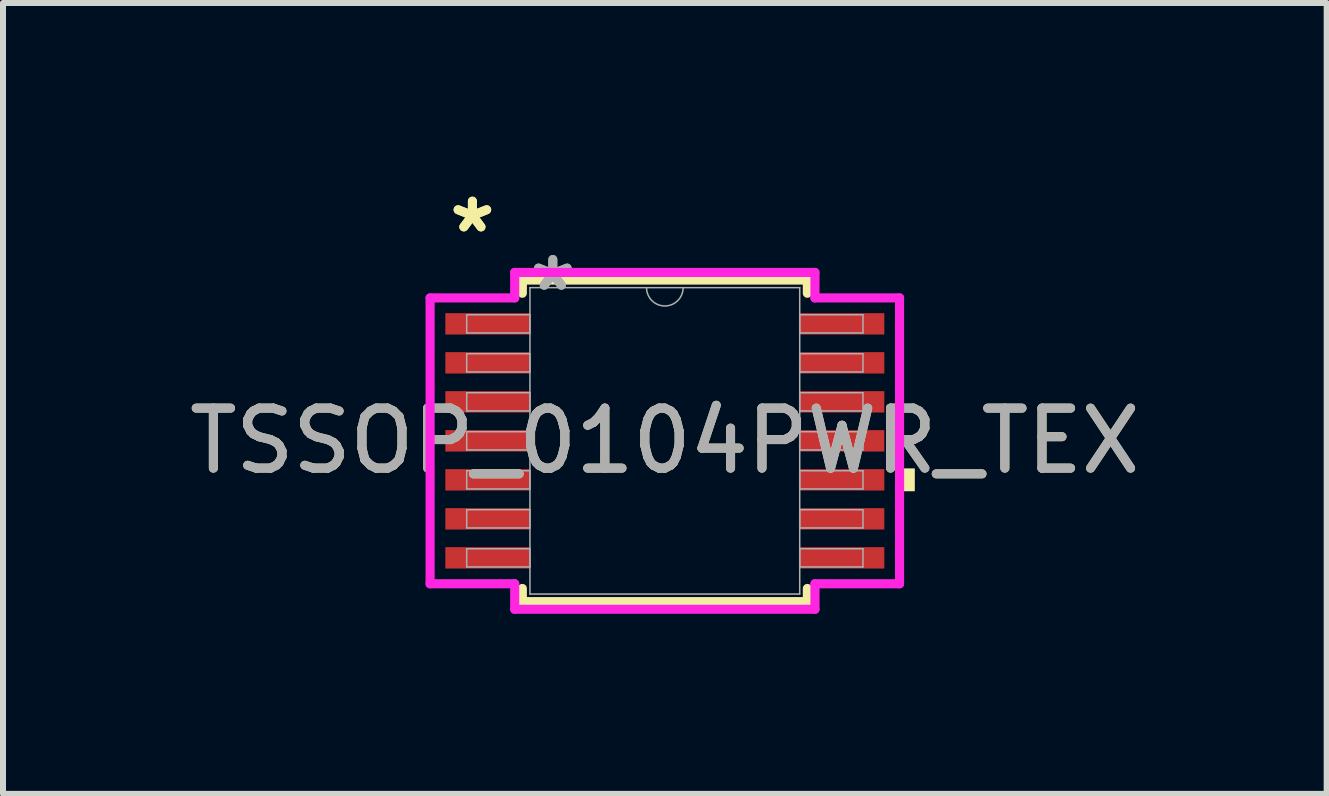
<source format=kicad_pcb>
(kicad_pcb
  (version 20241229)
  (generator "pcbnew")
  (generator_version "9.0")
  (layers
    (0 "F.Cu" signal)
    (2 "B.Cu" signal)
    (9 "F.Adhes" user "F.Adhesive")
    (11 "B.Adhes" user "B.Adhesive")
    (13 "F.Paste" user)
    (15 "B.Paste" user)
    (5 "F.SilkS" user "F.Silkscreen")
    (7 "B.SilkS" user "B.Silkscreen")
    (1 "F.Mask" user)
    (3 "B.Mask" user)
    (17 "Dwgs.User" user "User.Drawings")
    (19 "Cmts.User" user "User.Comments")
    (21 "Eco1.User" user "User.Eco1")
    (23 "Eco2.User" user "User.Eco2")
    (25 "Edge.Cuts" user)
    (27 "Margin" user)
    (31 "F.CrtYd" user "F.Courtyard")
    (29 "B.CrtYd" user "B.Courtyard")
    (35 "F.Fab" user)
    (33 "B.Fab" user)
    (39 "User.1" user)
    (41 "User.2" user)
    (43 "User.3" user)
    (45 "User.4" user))
  (footprint "TSSOP_0104PWR_TEX"
    (layer "F.Cu")
    (at 8.03 4.297)
    (property "Reference" "TSSOP_0104PWR_TEX" (at 0 0 0) (unlocked yes) (layer "F.SilkS") (effects (font (size 1 1) (thickness 0.15))))
    (attr smd)
    (fp_line (start -2.375 -2.68) (end -2.375 -2.46) (stroke (width 0.152) (type solid)) (layer "F.SilkS"))
    (fp_line (start -2.375 2.46) (end -2.375 2.68) (stroke (width 0.152) (type solid)) (layer "F.SilkS"))
    (fp_line (start -2.375 2.68) (end 2.375 2.68) (stroke (width 0.152) (type solid)) (layer "F.SilkS"))
    (fp_line (start 2.375 -2.68) (end -2.375 -2.68) (stroke (width 0.152) (type solid)) (layer "F.SilkS"))
    (fp_line (start 2.375 -2.46) (end 2.375 -2.68) (stroke (width 0.152) (type solid)) (layer "F.SilkS"))
    (fp_line (start 2.375 2.68) (end 2.375 2.46) (stroke (width 0.152) (type solid)) (layer "F.SilkS"))
    (fp_poly (pts (xy 4.166 0.459) (xy 4.166 0.84) (xy 3.912 0.84) (xy 3.912 0.459)) (stroke (width 0) (type solid)) (fill yes) (layer "F.SilkS"))
    (fp_line (start -3.912 -2.382) (end -2.502 -2.382) (stroke (width 0.152) (type solid)) (layer "F.CrtYd"))
    (fp_line (start -3.912 2.382) (end -3.912 -2.382) (stroke (width 0.152) (type solid)) (layer "F.CrtYd"))
    (fp_line (start -3.912 2.382) (end -2.502 2.382) (stroke (width 0.152) (type solid)) (layer "F.CrtYd"))
    (fp_line (start -2.502 -2.807) (end 2.502 -2.807) (stroke (width 0.152) (type solid)) (layer "F.CrtYd"))
    (fp_line (start -2.502 -2.382) (end -2.502 -2.807) (stroke (width 0.152) (type solid)) (layer "F.CrtYd"))
    (fp_line (start -2.502 2.807) (end -2.502 2.382) (stroke (width 0.152) (type solid)) (layer "F.CrtYd"))
    (fp_line (start 2.502 -2.807) (end 2.502 -2.382) (stroke (width 0.152) (type solid)) (layer "F.CrtYd"))
    (fp_line (start 2.502 2.382) (end 2.502 2.807) (stroke (width 0.152) (type solid)) (layer "F.CrtYd"))
    (fp_line (start 2.502 2.807) (end -2.502 2.807) (stroke (width 0.152) (type solid)) (layer "F.CrtYd"))
    (fp_line (start 3.912 -2.382) (end 2.502 -2.382) (stroke (width 0.152) (type solid)) (layer "F.CrtYd"))
    (fp_line (start 3.912 -2.382) (end 3.912 2.382) (stroke (width 0.152) (type solid)) (layer "F.CrtYd"))
    (fp_line (start 3.912 2.382) (end 2.502 2.382) (stroke (width 0.152) (type solid)) (layer "F.CrtYd"))
    (fp_line (start -3.302 -2.102) (end -3.302 -1.798) (stroke (width 0.025) (type solid)) (layer "F.Fab"))
    (fp_line (start -3.302 -1.798) (end -2.248 -1.798) (stroke (width 0.025) (type solid)) (layer "F.Fab"))
    (fp_line (start -3.302 -1.452) (end -3.302 -1.148) (stroke (width 0.025) (type solid)) (layer "F.Fab"))
    (fp_line (start -3.302 -1.148) (end -2.248 -1.148) (stroke (width 0.025) (type solid)) (layer "F.Fab"))
    (fp_line (start -3.302 -0.802) (end -3.302 -0.498) (stroke (width 0.025) (type solid)) (layer "F.Fab"))
    (fp_line (start -3.302 -0.498) (end -2.248 -0.498) (stroke (width 0.025) (type solid)) (layer "F.Fab"))
    (fp_line (start -3.302 -0.152) (end -3.302 0.152) (stroke (width 0.025) (type solid)) (layer "F.Fab"))
    (fp_line (start -3.302 0.152) (end -2.248 0.152) (stroke (width 0.025) (type solid)) (layer "F.Fab"))
    (fp_line (start -3.302 0.498) (end -3.302 0.802) (stroke (width 0.025) (type solid)) (layer "F.Fab"))
    (fp_line (start -3.302 0.802) (end -2.248 0.802) (stroke (width 0.025) (type solid)) (layer "F.Fab"))
    (fp_line (start -3.302 1.148) (end -3.302 1.452) (stroke (width 0.025) (type solid)) (layer "F.Fab"))
    (fp_line (start -3.302 1.452) (end -2.248 1.452) (stroke (width 0.025) (type solid)) (layer "F.Fab"))
    (fp_line (start -3.302 1.798) (end -3.302 2.102) (stroke (width 0.025) (type solid)) (layer "F.Fab"))
    (fp_line (start -3.302 2.102) (end -2.248 2.102) (stroke (width 0.025) (type solid)) (layer "F.Fab"))
    (fp_line (start -2.248 -2.553) (end -2.248 2.553) (stroke (width 0.025) (type solid)) (layer "F.Fab"))
    (fp_line (start -2.248 -2.102) (end -3.302 -2.102) (stroke (width 0.025) (type solid)) (layer "F.Fab"))
    (fp_line (start -2.248 -1.798) (end -2.248 -2.102) (stroke (width 0.025) (type solid)) (layer "F.Fab"))
    (fp_line (start -2.248 -1.452) (end -3.302 -1.452) (stroke (width 0.025) (type solid)) (layer "F.Fab"))
    (fp_line (start -2.248 -1.148) (end -2.248 -1.452) (stroke (width 0.025) (type solid)) (layer "F.Fab"))
    (fp_line (start -2.248 -0.802) (end -3.302 -0.802) (stroke (width 0.025) (type solid)) (layer "F.Fab"))
    (fp_line (start -2.248 -0.498) (end -2.248 -0.802) (stroke (width 0.025) (type solid)) (layer "F.Fab"))
    (fp_line (start -2.248 -0.152) (end -3.302 -0.152) (stroke (width 0.025) (type solid)) (layer "F.Fab"))
    (fp_line (start -2.248 0.152) (end -2.248 -0.152) (stroke (width 0.025) (type solid)) (layer "F.Fab"))
    (fp_line (start -2.248 0.498) (end -3.302 0.498) (stroke (width 0.025) (type solid)) (layer "F.Fab"))
    (fp_line (start -2.248 0.802) (end -2.248 0.498) (stroke (width 0.025) (type solid)) (layer "F.Fab"))
    (fp_line (start -2.248 1.148) (end -3.302 1.148) (stroke (width 0.025) (type solid)) (layer "F.Fab"))
    (fp_line (start -2.248 1.452) (end -2.248 1.148) (stroke (width 0.025) (type solid)) (layer "F.Fab"))
    (fp_line (start -2.248 1.798) (end -3.302 1.798) (stroke (width 0.025) (type solid)) (layer "F.Fab"))
    (fp_line (start -2.248 2.102) (end -2.248 1.798) (stroke (width 0.025) (type solid)) (layer "F.Fab"))
    (fp_line (start -2.248 2.553) (end 2.248 2.553) (stroke (width 0.025) (type solid)) (layer "F.Fab"))
    (fp_line (start 2.248 -2.553) (end -2.248 -2.553) (stroke (width 0.025) (type solid)) (layer "F.Fab"))
    (fp_line (start 2.248 -2.102) (end 2.248 -1.798) (stroke (width 0.025) (type solid)) (layer "F.Fab"))
    (fp_line (start 2.248 -1.798) (end 3.302 -1.798) (stroke (width 0.025) (type solid)) (layer "F.Fab"))
    (fp_line (start 2.248 -1.452) (end 2.248 -1.148) (stroke (width 0.025) (type solid)) (layer "F.Fab"))
    (fp_line (start 2.248 -1.148) (end 3.302 -1.148) (stroke (width 0.025) (type solid)) (layer "F.Fab"))
    (fp_line (start 2.248 -0.802) (end 2.248 -0.498) (stroke (width 0.025) (type solid)) (layer "F.Fab"))
    (fp_line (start 2.248 -0.498) (end 3.302 -0.498) (stroke (width 0.025) (type solid)) (layer "F.Fab"))
    (fp_line (start 2.248 -0.152) (end 2.248 0.152) (stroke (width 0.025) (type solid)) (layer "F.Fab"))
    (fp_line (start 2.248 0.152) (end 3.302 0.152) (stroke (width 0.025) (type solid)) (layer "F.Fab"))
    (fp_line (start 2.248 0.498) (end 2.248 0.802) (stroke (width 0.025) (type solid)) (layer "F.Fab"))
    (fp_line (start 2.248 0.802) (end 3.302 0.802) (stroke (width 0.025) (type solid)) (layer "F.Fab"))
    (fp_line (start 2.248 1.148) (end 2.248 1.452) (stroke (width 0.025) (type solid)) (layer "F.Fab"))
    (fp_line (start 2.248 1.452) (end 3.302 1.452) (stroke (width 0.025) (type solid)) (layer "F.Fab"))
    (fp_line (start 2.248 1.798) (end 2.248 2.102) (stroke (width 0.025) (type solid)) (layer "F.Fab"))
    (fp_line (start 2.248 2.102) (end 3.302 2.102) (stroke (width 0.025) (type solid)) (layer "F.Fab"))
    (fp_line (start 2.248 2.553) (end 2.248 -2.553) (stroke (width 0.025) (type solid)) (layer "F.Fab"))
    (fp_line (start 3.302 -2.102) (end 2.248 -2.102) (stroke (width 0.025) (type solid)) (layer "F.Fab"))
    (fp_line (start 3.302 -1.798) (end 3.302 -2.102) (stroke (width 0.025) (type solid)) (layer "F.Fab"))
    (fp_line (start 3.302 -1.452) (end 2.248 -1.452) (stroke (width 0.025) (type solid)) (layer "F.Fab"))
    (fp_line (start 3.302 -1.148) (end 3.302 -1.452) (stroke (width 0.025) (type solid)) (layer "F.Fab"))
    (fp_line (start 3.302 -0.802) (end 2.248 -0.802) (stroke (width 0.025) (type solid)) (layer "F.Fab"))
    (fp_line (start 3.302 -0.498) (end 3.302 -0.802) (stroke (width 0.025) (type solid)) (layer "F.Fab"))
    (fp_line (start 3.302 -0.152) (end 2.248 -0.152) (stroke (width 0.025) (type solid)) (layer "F.Fab"))
    (fp_line (start 3.302 0.152) (end 3.302 -0.152) (stroke (width 0.025) (type solid)) (layer "F.Fab"))
    (fp_line (start 3.302 0.498) (end 2.248 0.498) (stroke (width 0.025) (type solid)) (layer "F.Fab"))
    (fp_line (start 3.302 0.802) (end 3.302 0.498) (stroke (width 0.025) (type solid)) (layer "F.Fab"))
    (fp_line (start 3.302 1.148) (end 2.248 1.148) (stroke (width 0.025) (type solid)) (layer "F.Fab"))
    (fp_line (start 3.302 1.452) (end 3.302 1.148) (stroke (width 0.025) (type solid)) (layer "F.Fab"))
    (fp_line (start 3.302 1.798) (end 2.248 1.798) (stroke (width 0.025) (type solid)) (layer "F.Fab"))
    (fp_line (start 3.302 2.102) (end 3.302 1.798) (stroke (width 0.025) (type solid)) (layer "F.Fab"))
    (fp_arc (start 0.3048 -2.5527) (mid 0 -2.2479) (end -0.3048 -2.5527) (stroke (width 0.0254) (type solid)) (layer "F.Fab"))
    (fp_text user "*" (at -3.207 -3.449 0) (unlocked yes) (layer "F.SilkS") (effects (font (size 1 1) (thickness 0.15))))
    (fp_text user "*" (at -3.207 -3.449 0) (layer "F.SilkS") (effects (font (size 1 1) (thickness 0.15))))
    (fp_text user "${REFERENCE}" (at 0 0 0) (unlocked yes) (layer "F.Fab") (effects (font (size 1 1) (thickness 0.15))))
    (fp_text user "*" (at -1.867 -2.477 0) (unlocked yes) (layer "F.Fab") (effects (font (size 1 1) (thickness 0.15))))
    (fp_text user "*" (at -1.867 -2.477 0) (layer "F.Fab") (effects (font (size 1 1) (thickness 0.15))))
    (pad "1" smd rect (at -2.953 -1.95) (size 1.41 0.356) (layers "F.Cu" "F.Mask" "F.Paste"))
    (pad "2" smd rect (at -2.953 -1.3) (size 1.41 0.356) (layers "F.Cu" "F.Mask" "F.Paste"))
    (pad "3" smd rect (at -2.953 -0.65) (size 1.41 0.356) (layers "F.Cu" "F.Mask" "F.Paste"))
    (pad "4" smd rect (at -2.953 0) (size 1.41 0.356) (layers "F.Cu" "F.Mask" "F.Paste"))
    (pad "5" smd rect (at -2.953 0.65) (size 1.41 0.356) (layers "F.Cu" "F.Mask" "F.Paste"))
    (pad "6" smd rect (at -2.953 1.3) (size 1.41 0.356) (layers "F.Cu" "F.Mask" "F.Paste"))
    (pad "7" smd rect (at -2.953 1.95) (size 1.41 0.356) (layers "F.Cu" "F.Mask" "F.Paste"))
    (pad "8" smd rect (at 2.953 1.95) (size 1.41 0.356) (layers "F.Cu" "F.Mask" "F.Paste"))
    (pad "9" smd rect (at 2.953 1.3) (size 1.41 0.356) (layers "F.Cu" "F.Mask" "F.Paste"))
    (pad "10" smd rect (at 2.953 0.65) (size 1.41 0.356) (layers "F.Cu" "F.Mask" "F.Paste"))
    (pad "11" smd rect (at 2.953 0) (size 1.41 0.356) (layers "F.Cu" "F.Mask" "F.Paste"))
    (pad "12" smd rect (at 2.953 -0.65) (size 1.41 0.356) (layers "F.Cu" "F.Mask" "F.Paste"))
    (pad "13" smd rect (at 2.953 -1.3) (size 1.41 0.356) (layers "F.Cu" "F.Mask" "F.Paste"))
    (pad "14" smd rect (at 2.953 -1.95) (size 1.41 0.356) (layers "F.Cu" "F.Mask" "F.Paste")))
  (gr_rect
    (start -3 -3)
    (end 19.06 10.18)
    (stroke (width 0.1) (type default))
    (fill no)
    (layer "Edge.Cuts")))
</source>
